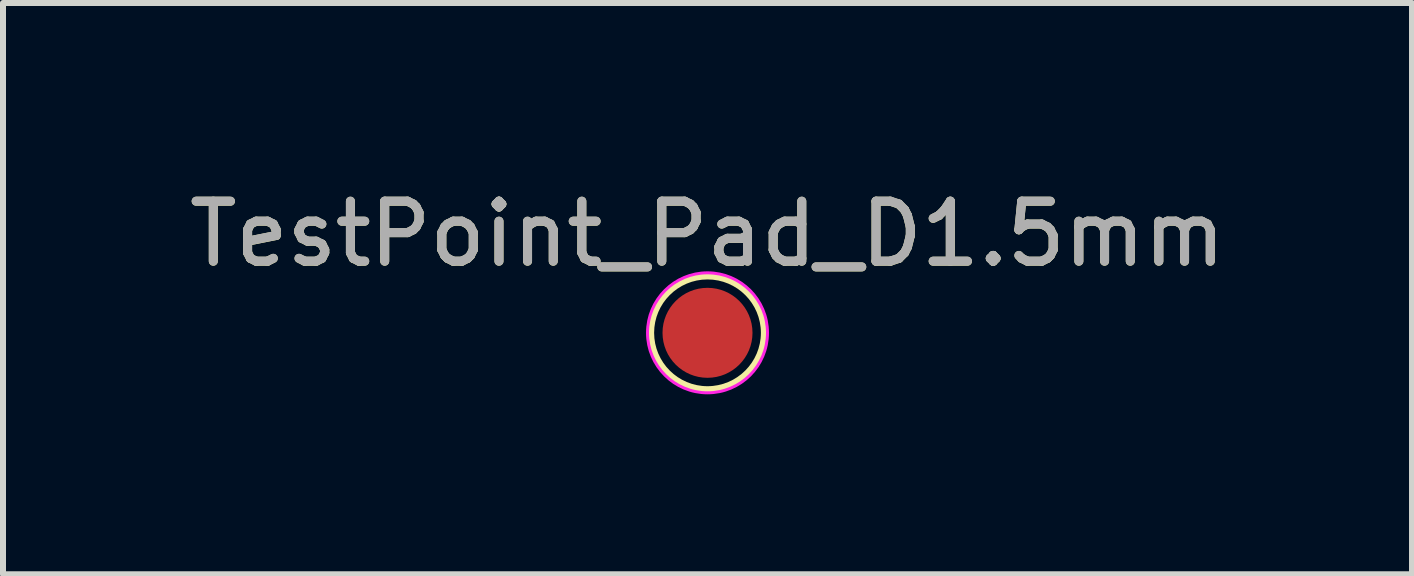
<source format=kicad_pcb>
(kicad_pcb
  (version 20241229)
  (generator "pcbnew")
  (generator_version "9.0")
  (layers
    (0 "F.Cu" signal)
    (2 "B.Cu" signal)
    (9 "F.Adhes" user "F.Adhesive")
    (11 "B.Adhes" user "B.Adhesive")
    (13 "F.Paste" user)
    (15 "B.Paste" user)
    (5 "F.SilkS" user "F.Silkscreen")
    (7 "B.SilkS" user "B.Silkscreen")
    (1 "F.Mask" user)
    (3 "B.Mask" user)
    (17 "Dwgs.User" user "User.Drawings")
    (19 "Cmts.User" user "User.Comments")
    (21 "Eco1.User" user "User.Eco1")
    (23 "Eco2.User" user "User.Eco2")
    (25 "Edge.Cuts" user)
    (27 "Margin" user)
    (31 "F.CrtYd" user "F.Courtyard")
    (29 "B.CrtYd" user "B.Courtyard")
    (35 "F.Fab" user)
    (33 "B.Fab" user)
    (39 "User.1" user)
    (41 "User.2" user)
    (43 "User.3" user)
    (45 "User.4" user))
  (footprint "TestPoint_Pad_D1.5mm"
    (layer "F.Cu")
    (at 8.744 2.498)
    (property "Reference" "TestPoint_Pad_D1.5mm" (at 0 -1.648 0) (layer "F.SilkS") (effects (font (size 1 1) (thickness 0.15))))
    (attr exclude_from_pos_files exclude_from_bom)
    (fp_circle (center 0 0) (end 0 0.95) (stroke (width 0.12) (type solid)) (fill no) (layer "F.SilkS"))
    (fp_circle (center 0 0) (end 1 0) (stroke (width 0.05) (type solid)) (fill no) (layer "F.CrtYd"))
    (fp_text user "${REFERENCE}" (at 0 -1.65 0) (layer "F.Fab") (effects (font (size 1 1) (thickness 0.15))))
    (pad "1" smd circle (at 0 0) (size 1.5 1.5) (layers "F.Cu" "F.Mask")))
  (gr_rect
    (start -3 -3)
    (end 20.488 6.523)
    (stroke (width 0.1) (type default))
    (fill no)
    (layer "Edge.Cuts")))
</source>
